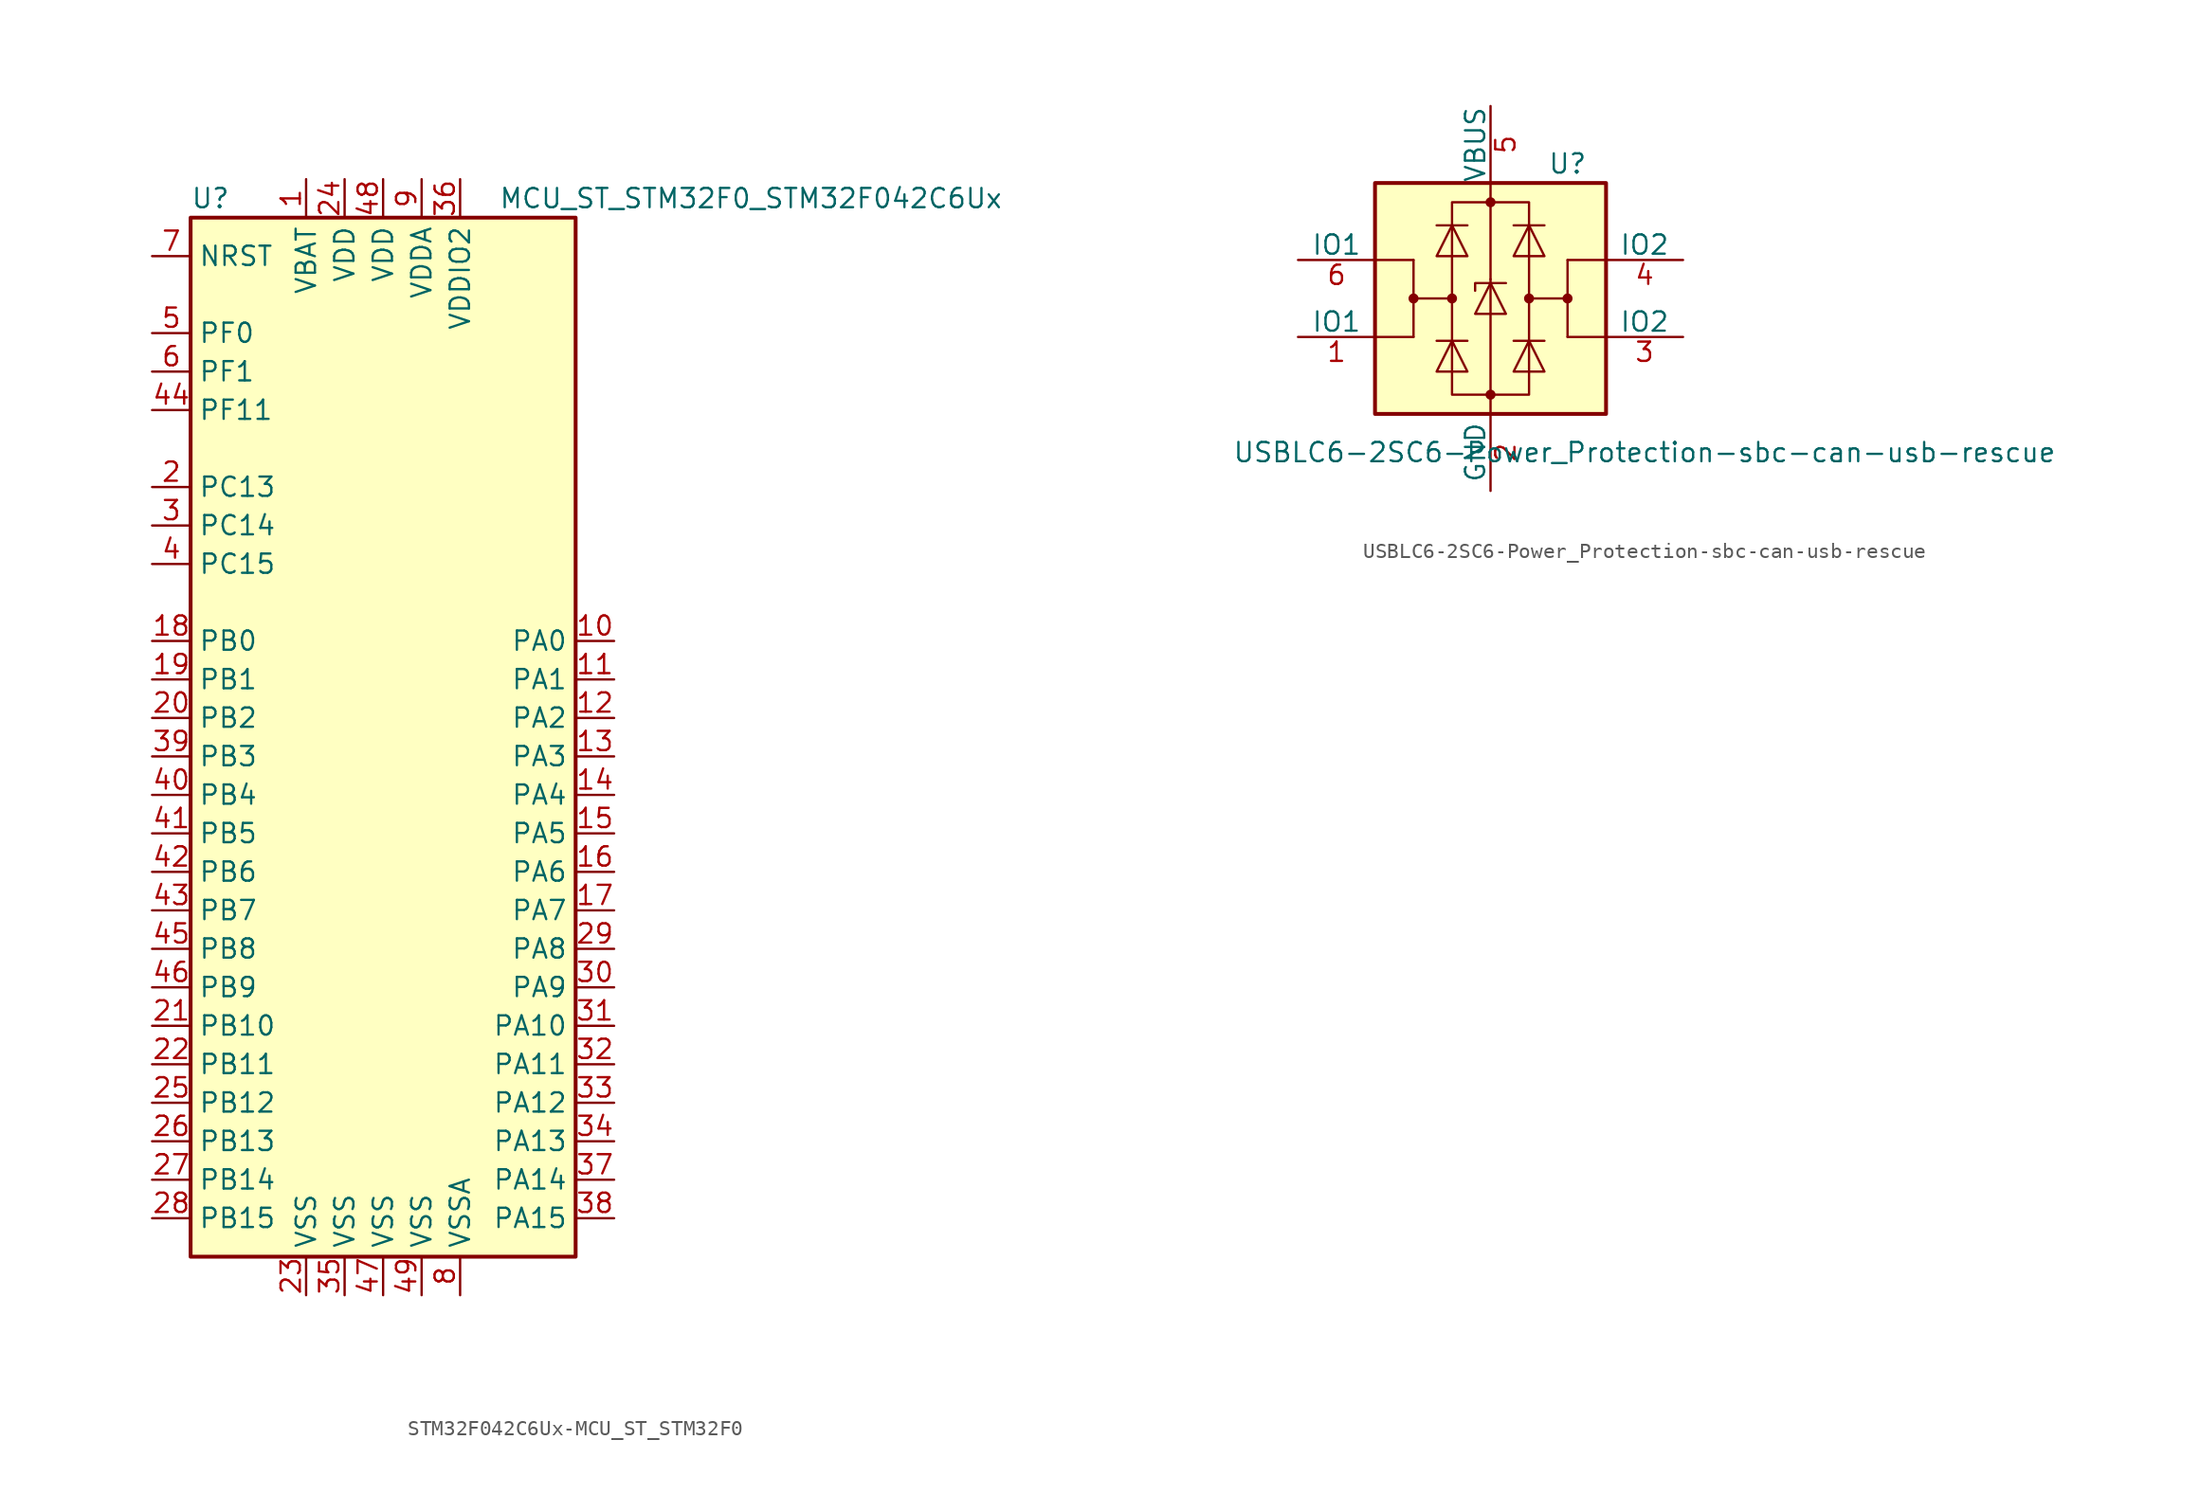
<source format=kicad_sym>
(kicad_symbol_lib
  (version 20220914)
  (generator kicad_symbol_editor)
  (symbol "STM32F042C6Ux-MCU_ST_STM32F0"
    (property "Reference" "U"
      (at -12.7 34.29 0)
      (effects (font (size 1.27 1.27)) (justify left)))
    (property "Value" "MCU_ST_STM32F0_STM32F042C6Ux"
      (at 7.62 34.29 0)
      (effects (font (size 1.27 1.27)) (justify left)))
    (symbol "STM32F042C6Ux-MCU_ST_STM32F0_0_1"
      (rectangle (start -12.7 -35.56) (end 12.7 33.02) (stroke (width 0.254) (type solid)) (fill (type background))))
    (symbol "STM32F042C6Ux-MCU_ST_STM32F0_1_1"
      (pin power_in line (at -5.08 35.56 270) (length 2.54) (name "VBAT" (effects (font (size 1.27 1.27)))) (number "1" (effects (font (size 1.27 1.27)))))
      (pin bidirectional line (at 15.24 5.08 180) (length 2.54) (name "PA0" (effects (font (size 1.27 1.27)))) (number "10" (effects (font (size 1.27 1.27)))))
      (pin bidirectional line (at 15.24 2.54 180) (length 2.54) (name "PA1" (effects (font (size 1.27 1.27)))) (number "11" (effects (font (size 1.27 1.27)))))
      (pin bidirectional line (at 15.24 0 180) (length 2.54) (name "PA2" (effects (font (size 1.27 1.27)))) (number "12" (effects (font (size 1.27 1.27)))))
      (pin bidirectional line (at 15.24 -2.54 180) (length 2.54) (name "PA3" (effects (font (size 1.27 1.27)))) (number "13" (effects (font (size 1.27 1.27)))))
      (pin bidirectional line (at 15.24 -5.08 180) (length 2.54) (name "PA4" (effects (font (size 1.27 1.27)))) (number "14" (effects (font (size 1.27 1.27)))))
      (pin bidirectional line (at 15.24 -7.62 180) (length 2.54) (name "PA5" (effects (font (size 1.27 1.27)))) (number "15" (effects (font (size 1.27 1.27)))))
      (pin bidirectional line (at 15.24 -10.16 180) (length 2.54) (name "PA6" (effects (font (size 1.27 1.27)))) (number "16" (effects (font (size 1.27 1.27)))))
      (pin bidirectional line (at 15.24 -12.7 180) (length 2.54) (name "PA7" (effects (font (size 1.27 1.27)))) (number "17" (effects (font (size 1.27 1.27)))))
      (pin bidirectional line (at -15.24 5.08 0) (length 2.54) (name "PB0" (effects (font (size 1.27 1.27)))) (number "18" (effects (font (size 1.27 1.27)))))
      (pin bidirectional line (at -15.24 2.54 0) (length 2.54) (name "PB1" (effects (font (size 1.27 1.27)))) (number "19" (effects (font (size 1.27 1.27)))))
      (pin bidirectional line (at -15.24 15.24 0) (length 2.54) (name "PC13" (effects (font (size 1.27 1.27)))) (number "2" (effects (font (size 1.27 1.27)))))
      (pin bidirectional line (at -15.24 0 0) (length 2.54) (name "PB2" (effects (font (size 1.27 1.27)))) (number "20" (effects (font (size 1.27 1.27)))))
      (pin bidirectional line (at -15.24 -20.32 0) (length 2.54) (name "PB10" (effects (font (size 1.27 1.27)))) (number "21" (effects (font (size 1.27 1.27)))))
      (pin bidirectional line (at -15.24 -22.86 0) (length 2.54) (name "PB11" (effects (font (size 1.27 1.27)))) (number "22" (effects (font (size 1.27 1.27)))))
      (pin power_in line (at -5.08 -38.1 90) (length 2.54) (name "VSS" (effects (font (size 1.27 1.27)))) (number "23" (effects (font (size 1.27 1.27)))))
      (pin power_in line (at -2.54 35.56 270) (length 2.54) (name "VDD" (effects (font (size 1.27 1.27)))) (number "24" (effects (font (size 1.27 1.27)))))
      (pin bidirectional line (at -15.24 -25.4 0) (length 2.54) (name "PB12" (effects (font (size 1.27 1.27)))) (number "25" (effects (font (size 1.27 1.27)))))
      (pin bidirectional line (at -15.24 -27.94 0) (length 2.54) (name "PB13" (effects (font (size 1.27 1.27)))) (number "26" (effects (font (size 1.27 1.27)))))
      (pin bidirectional line (at -15.24 -30.48 0) (length 2.54) (name "PB14" (effects (font (size 1.27 1.27)))) (number "27" (effects (font (size 1.27 1.27)))))
      (pin bidirectional line (at -15.24 -33.02 0) (length 2.54) (name "PB15" (effects (font (size 1.27 1.27)))) (number "28" (effects (font (size 1.27 1.27)))))
      (pin bidirectional line (at 15.24 -15.24 180) (length 2.54) (name "PA8" (effects (font (size 1.27 1.27)))) (number "29" (effects (font (size 1.27 1.27)))))
      (pin bidirectional line (at -15.24 12.7 0) (length 2.54) (name "PC14" (effects (font (size 1.27 1.27)))) (number "3" (effects (font (size 1.27 1.27)))))
      (pin bidirectional line (at 15.24 -17.78 180) (length 2.54) (name "PA9" (effects (font (size 1.27 1.27)))) (number "30" (effects (font (size 1.27 1.27)))))
      (pin bidirectional line (at 15.24 -20.32 180) (length 2.54) (name "PA10" (effects (font (size 1.27 1.27)))) (number "31" (effects (font (size 1.27 1.27)))))
      (pin bidirectional line (at 15.24 -22.86 180) (length 2.54) (name "PA11" (effects (font (size 1.27 1.27)))) (number "32" (effects (font (size 1.27 1.27)))))
      (pin bidirectional line (at 15.24 -25.4 180) (length 2.54) (name "PA12" (effects (font (size 1.27 1.27)))) (number "33" (effects (font (size 1.27 1.27)))))
      (pin bidirectional line (at 15.24 -27.94 180) (length 2.54) (name "PA13" (effects (font (size 1.27 1.27)))) (number "34" (effects (font (size 1.27 1.27)))))
      (pin power_in line (at -2.54 -38.1 90) (length 2.54) (name "VSS" (effects (font (size 1.27 1.27)))) (number "35" (effects (font (size 1.27 1.27)))))
      (pin power_in line (at 5.08 35.56 270) (length 2.54) (name "VDDIO2" (effects (font (size 1.27 1.27)))) (number "36" (effects (font (size 1.27 1.27)))))
      (pin bidirectional line (at 15.24 -30.48 180) (length 2.54) (name "PA14" (effects (font (size 1.27 1.27)))) (number "37" (effects (font (size 1.27 1.27)))))
      (pin bidirectional line (at 15.24 -33.02 180) (length 2.54) (name "PA15" (effects (font (size 1.27 1.27)))) (number "38" (effects (font (size 1.27 1.27)))))
      (pin bidirectional line (at -15.24 -2.54 0) (length 2.54) (name "PB3" (effects (font (size 1.27 1.27)))) (number "39" (effects (font (size 1.27 1.27)))))
      (pin bidirectional line (at -15.24 10.16 0) (length 2.54) (name "PC15" (effects (font (size 1.27 1.27)))) (number "4" (effects (font (size 1.27 1.27)))))
      (pin bidirectional line (at -15.24 -5.08 0) (length 2.54) (name "PB4" (effects (font (size 1.27 1.27)))) (number "40" (effects (font (size 1.27 1.27)))))
      (pin bidirectional line (at -15.24 -7.62 0) (length 2.54) (name "PB5" (effects (font (size 1.27 1.27)))) (number "41" (effects (font (size 1.27 1.27)))))
      (pin bidirectional line (at -15.24 -10.16 0) (length 2.54) (name "PB6" (effects (font (size 1.27 1.27)))) (number "42" (effects (font (size 1.27 1.27)))))
      (pin bidirectional line (at -15.24 -12.7 0) (length 2.54) (name "PB7" (effects (font (size 1.27 1.27)))) (number "43" (effects (font (size 1.27 1.27)))))
      (pin bidirectional line (at -15.24 20.32 0) (length 2.54) (name "PF11" (effects (font (size 1.27 1.27)))) (number "44" (effects (font (size 1.27 1.27)))))
      (pin bidirectional line (at -15.24 -15.24 0) (length 2.54) (name "PB8" (effects (font (size 1.27 1.27)))) (number "45" (effects (font (size 1.27 1.27)))))
      (pin bidirectional line (at -15.24 -17.78 0) (length 2.54) (name "PB9" (effects (font (size 1.27 1.27)))) (number "46" (effects (font (size 1.27 1.27)))))
      (pin power_in line (at 0 -38.1 90) (length 2.54) (name "VSS" (effects (font (size 1.27 1.27)))) (number "47" (effects (font (size 1.27 1.27)))))
      (pin power_in line (at 0 35.56 270) (length 2.54) (name "VDD" (effects (font (size 1.27 1.27)))) (number "48" (effects (font (size 1.27 1.27)))))
      (pin power_in line (at 2.54 -38.1 90) (length 2.54) (name "VSS" (effects (font (size 1.27 1.27)))) (number "49" (effects (font (size 1.27 1.27)))))
      (pin input line (at -15.24 25.4 0) (length 2.54) (name "PF0" (effects (font (size 1.27 1.27)))) (number "5" (effects (font (size 1.27 1.27)))))
      (pin input line (at -15.24 22.86 0) (length 2.54) (name "PF1" (effects (font (size 1.27 1.27)))) (number "6" (effects (font (size 1.27 1.27)))))
      (pin input line (at -15.24 30.48 0) (length 2.54) (name "NRST" (effects (font (size 1.27 1.27)))) (number "7" (effects (font (size 1.27 1.27)))))
      (pin power_in line (at 5.08 -38.1 90) (length 2.54) (name "VSSA" (effects (font (size 1.27 1.27)))) (number "8" (effects (font (size 1.27 1.27)))))
      (pin power_in line (at 2.54 35.56 270) (length 2.54) (name "VDDA" (effects (font (size 1.27 1.27)))) (number "9" (effects (font (size 1.27 1.27)))))))
  (symbol "USBLC6-2SC6-Power_Protection-sbc-can-usb-rescue"
    (pin_names
      (offset 0))
    (property "Reference" "U"
      (at 5.08 8.89 0)
      (effects (font (size 1.27 1.27))))
    (property "Value" "USBLC6-2SC6-Power_Protection-sbc-can-usb-rescue"
      (at 10.16 -10.16 0)
      (effects (font (size 1.27 1.27))))
    (symbol "USBLC6-2SC6-Power_Protection-sbc-can-usb-rescue_0_1"
      (rectangle (start -7.62 -7.62) (end 7.62 7.62) (stroke (width 0.254) (type solid)) (fill (type background)))
      (circle (center -5.08 0) (radius 0.254) (stroke (width 0) (type solid)) (fill (type outline)))
      (circle (center -2.54 0) (radius 0.254) (stroke (width 0) (type solid)) (fill (type outline)))
      (rectangle (start -2.54 6.35) (end 2.54 -6.35) (stroke (width 0) (type solid)) (fill (type none)))
      (circle (center 0 -6.35) (radius 0.254) (stroke (width 0) (type solid)) (fill (type outline)))
      (polyline (pts (xy -5.08 -2.54) (xy -7.62 -2.54)) (stroke (width 0) (type solid)) (fill (type none)))
      (polyline (pts (xy -5.08 0) (xy -5.08 -2.54)) (stroke (width 0) (type solid)) (fill (type none)))
      (polyline (pts (xy -5.08 2.54) (xy -7.62 2.54)) (stroke (width 0) (type solid)) (fill (type none)))
      (polyline (pts (xy -1.524 -2.794) (xy -3.556 -2.794)) (stroke (width 0) (type solid)) (fill (type none)))
      (polyline (pts (xy -1.524 4.826) (xy -3.556 4.826)) (stroke (width 0) (type solid)) (fill (type none)))
      (polyline (pts (xy 0 -7.62) (xy 0 -6.35)) (stroke (width 0) (type solid)) (fill (type none)))
      (polyline (pts (xy 0 -6.35) (xy 0 1.27)) (stroke (width 0) (type solid)) (fill (type none)))
      (polyline (pts (xy 0 1.27) (xy 0 6.35)) (stroke (width 0) (type solid)) (fill (type none)))
      (polyline (pts (xy 0 6.35) (xy 0 7.62)) (stroke (width 0) (type solid)) (fill (type none)))
      (polyline (pts (xy 1.524 -2.794) (xy 3.556 -2.794)) (stroke (width 0) (type solid)) (fill (type none)))
      (polyline (pts (xy 1.524 4.826) (xy 3.556 4.826)) (stroke (width 0) (type solid)) (fill (type none)))
      (polyline (pts (xy 5.08 -2.54) (xy 7.62 -2.54)) (stroke (width 0) (type solid)) (fill (type none)))
      (polyline (pts (xy 5.08 0) (xy 5.08 -2.54)) (stroke (width 0) (type solid)) (fill (type none)))
      (polyline (pts (xy 5.08 2.54) (xy 7.62 2.54)) (stroke (width 0) (type solid)) (fill (type none)))
      (polyline (pts (xy -2.54 0) (xy -5.08 0) (xy -5.08 2.54)) (stroke (width 0) (type solid)) (fill (type none)))
      (polyline (pts (xy 2.54 0) (xy 5.08 0) (xy 5.08 2.54)) (stroke (width 0) (type solid)) (fill (type none)))
      (polyline (pts (xy -3.556 -4.826) (xy -1.524 -4.826) (xy -2.54 -2.794) (xy -3.556 -4.826)) (stroke (width 0) (type solid)) (fill (type none)))
      (polyline (pts (xy -3.556 2.794) (xy -1.524 2.794) (xy -2.54 4.826) (xy -3.556 2.794)) (stroke (width 0) (type solid)) (fill (type none)))
      (polyline (pts (xy -1.016 -1.016) (xy 1.016 -1.016) (xy 0 1.016) (xy -1.016 -1.016)) (stroke (width 0) (type solid)) (fill (type none)))
      (polyline (pts (xy 1.016 1.016) (xy 0.762 1.016) (xy -1.016 1.016) (xy -1.016 0.508)) (stroke (width 0) (type solid)) (fill (type none)))
      (polyline (pts (xy 3.556 -4.826) (xy 1.524 -4.826) (xy 2.54 -2.794) (xy 3.556 -4.826)) (stroke (width 0) (type solid)) (fill (type none)))
      (polyline (pts (xy 3.556 2.794) (xy 1.524 2.794) (xy 2.54 4.826) (xy 3.556 2.794)) (stroke (width 0) (type solid)) (fill (type none)))
      (circle (center 0 6.35) (radius 0.254) (stroke (width 0) (type solid)) (fill (type outline)))
      (circle (center 2.54 0) (radius 0.254) (stroke (width 0) (type solid)) (fill (type outline)))
      (circle (center 5.08 0) (radius 0.254) (stroke (width 0) (type solid)) (fill (type outline))))
    (symbol "USBLC6-2SC6-Power_Protection-sbc-can-usb-rescue_1_1"
      (pin passive line (at -12.7 -2.54 0) (length 5.08) (name "IO1" (effects (font (size 1.27 1.27)))) (number "1" (effects (font (size 1.27 1.27)))))
      (pin passive line (at 0 -12.7 90) (length 5.08) (name "GND" (effects (font (size 1.27 1.27)))) (number "2" (effects (font (size 1.27 1.27)))))
      (pin passive line (at 12.7 -2.54 180) (length 5.08) (name "IO2" (effects (font (size 1.27 1.27)))) (number "3" (effects (font (size 1.27 1.27)))))
      (pin passive line (at 12.7 2.54 180) (length 5.08) (name "IO2" (effects (font (size 1.27 1.27)))) (number "4" (effects (font (size 1.27 1.27)))))
      (pin passive line (at 0 12.7 270) (length 5.08) (name "VBUS" (effects (font (size 1.27 1.27)))) (number "5" (effects (font (size 1.27 1.27)))))
      (pin passive line (at -12.7 2.54 0) (length 5.08) (name "IO1" (effects (font (size 1.27 1.27)))) (number "6" (effects (font (size 1.27 1.27))))))))
</source>
